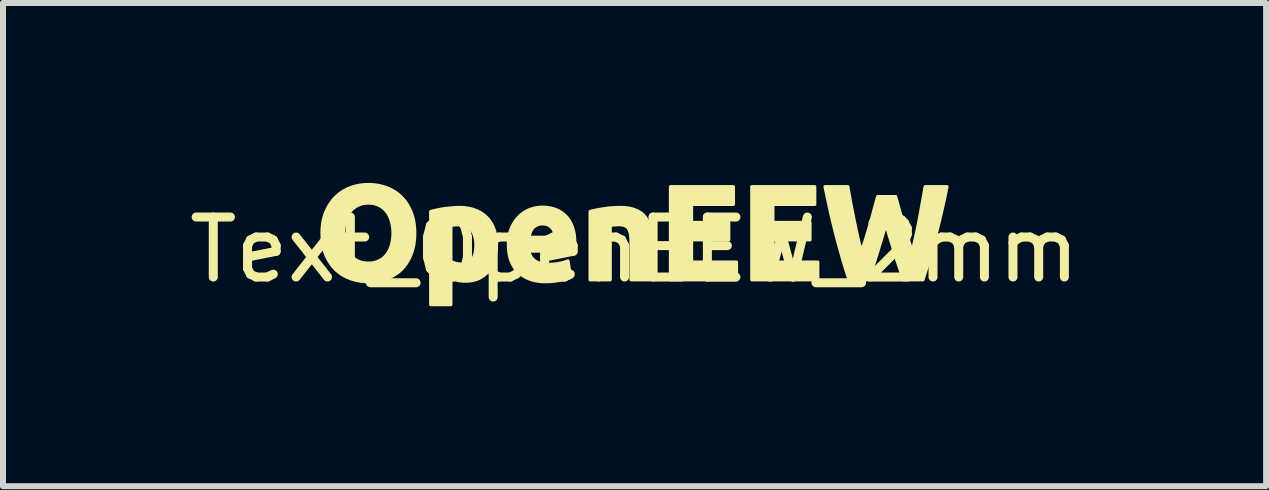
<source format=kicad_pcb>
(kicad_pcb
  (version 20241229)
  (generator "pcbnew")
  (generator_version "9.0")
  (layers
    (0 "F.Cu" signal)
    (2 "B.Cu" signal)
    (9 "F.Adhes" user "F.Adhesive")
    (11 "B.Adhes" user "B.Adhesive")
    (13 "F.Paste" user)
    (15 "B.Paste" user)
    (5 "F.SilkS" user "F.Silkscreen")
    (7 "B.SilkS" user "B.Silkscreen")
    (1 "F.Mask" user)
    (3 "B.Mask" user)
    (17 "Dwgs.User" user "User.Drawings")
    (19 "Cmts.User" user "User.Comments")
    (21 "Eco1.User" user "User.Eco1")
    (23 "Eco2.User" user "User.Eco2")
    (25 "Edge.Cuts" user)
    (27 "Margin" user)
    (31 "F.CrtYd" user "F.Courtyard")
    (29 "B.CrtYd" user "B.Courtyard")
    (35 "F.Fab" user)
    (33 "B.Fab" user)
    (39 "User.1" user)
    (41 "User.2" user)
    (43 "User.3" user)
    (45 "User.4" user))
  (footprint "Text_OpenEEW_2mm"
    (layer "F.Cu")
    (at 7.53 1.114)
    (property "Reference" "Text_OpenEEW_2mm" (at 0 0 0) (layer "F.SilkS") (effects (font (size 1 1) (thickness 0.15))))
    (attr through_hole)
    (fp_poly (pts (xy 0.6 0.5) (xy 0.6 -1.05) (xy 1.647 -1.05) (xy 1.647 -0.757) (xy 0.949 -0.757) (xy 0.949 -0.453) (xy 1.569 -0.453) (xy 1.569 -0.167) (xy 0.949 -0.167) (xy 0.949 0.207) (xy 1.698 0.207) (xy 1.698 0.5) (xy 0.6 0.5)) (stroke (width 0.056) (type solid)) (fill yes) (layer "F.SilkS"))
    (fp_poly (pts (xy 1.956 0.5) (xy 1.956 -1.05) (xy 3.003 -1.05) (xy 3.003 -0.757) (xy 2.305 -0.757) (xy 2.305 -0.453) (xy 2.924 -0.453) (xy 2.924 -0.167) (xy 2.305 -0.167) (xy 2.305 0.207) (xy 3.054 0.207) (xy 3.054 0.5) (xy 1.956 0.5)) (stroke (width 0.056) (type solid)) (fill yes) (layer "F.SilkS"))
    (fp_poly (pts (xy 4.352 -0.885) (xy 4.365 -0.837) (xy 4.38 -0.787) (xy 4.394 -0.733) (xy 4.41 -0.677) (xy 4.479 -0.44) (xy 4.555 -0.194) (xy 4.574 -0.133) (xy 4.593 -0.075) (xy 4.611 -0.019) (xy 4.629 0.035) (xy 4.644 -0.024) (xy 4.658 -0.084) (xy 4.673 -0.148) (xy 4.687 -0.214) (xy 4.703 -0.281) (xy 4.717 -0.35) (xy 4.732 -0.42) (xy 4.745 -0.491) (xy 4.772 -0.634) (xy 4.797 -0.775) (xy 4.823 -0.916) (xy 4.846 -1.05) (xy 5.208 -1.05) (xy 5.168 -0.855) (xy 5.124 -0.658) (xy 5.077 -0.46) (xy 5.027 -0.261) (xy 4.976 -0.063) (xy 4.922 0.13) (xy 4.866 0.317) (xy 4.808 0.5) (xy 4.488 0.5) (xy 4.449 0.391) (xy 4.411 0.28) (xy 4.373 0.167) (xy 4.336 0.05) (xy 4.263 -0.187) (xy 4.191 -0.424) (xy 4.047 0.05) (xy 4.011 0.167) (xy 3.974 0.28) (xy 3.936 0.391) (xy 3.898 0.5) (xy 3.578 0.5) (xy 3.519 0.317) (xy 3.463 0.13) (xy 3.409 -0.063) (xy 3.356 -0.261) (xy 3.307 -0.46) (xy 3.261 -0.658) (xy 3.218 -0.855) (xy 3.177 -1.05) (xy 3.555 -1.05) (xy 3.579 -0.916) (xy 3.604 -0.775) (xy 3.632 -0.634) (xy 3.66 -0.491) (xy 3.689 -0.35) (xy 3.719 -0.214) (xy 3.734 -0.148) (xy 3.75 -0.084) (xy 3.766 -0.024) (xy 3.781 0.035) (xy 3.801 -0.021) (xy 3.821 -0.078) (xy 3.84 -0.137) (xy 3.86 -0.198) (xy 3.897 -0.321) (xy 3.933 -0.444) (xy 3.951 -0.505) (xy 3.967 -0.565) (xy 3.983 -0.624) (xy 3.998 -0.681) (xy 4.054 -0.885) (xy 4.352 -0.885)) (stroke (width 0.056) (type solid)) (fill yes) (layer "F.SilkS"))
    (fp_poly (pts (xy -0.74 -0.636) (xy -0.718 -0.643) (xy -0.694 -0.648) (xy -0.669 -0.654) (xy -0.643 -0.66) (xy -0.615 -0.665) (xy -0.585 -0.671) (xy -0.554 -0.676) (xy -0.521 -0.681) (xy -0.487 -0.686) (xy -0.453 -0.691) (xy -0.418 -0.695) (xy -0.383 -0.698) (xy -0.348 -0.7) (xy -0.312 -0.702) (xy -0.276 -0.703) (xy -0.239 -0.704) (xy -0.202 -0.703) (xy -0.167 -0.701) (xy -0.134 -0.698) (xy -0.118 -0.696) (xy -0.102 -0.694) (xy -0.087 -0.691) (xy -0.072 -0.688) (xy -0.057 -0.685) (xy -0.043 -0.681) (xy -0.029 -0.677) (xy -0.016 -0.673) (xy -0.003 -0.668) (xy 0.009 -0.663) (xy 0.022 -0.658) (xy 0.034 -0.653) (xy 0.046 -0.648) (xy 0.057 -0.642) (xy 0.068 -0.636) (xy 0.079 -0.63) (xy 0.089 -0.624) (xy 0.099 -0.617) (xy 0.109 -0.61) (xy 0.119 -0.603) (xy 0.128 -0.595) (xy 0.136 -0.587) (xy 0.145 -0.579) (xy 0.153 -0.571) (xy 0.161 -0.563) (xy 0.168 -0.554) (xy 0.175 -0.545) (xy 0.182 -0.535) (xy 0.189 -0.526) (xy 0.195 -0.516) (xy 0.201 -0.506) (xy 0.207 -0.496) (xy 0.213 -0.486) (xy 0.218 -0.475) (xy 0.223 -0.465) (xy 0.228 -0.454) (xy 0.232 -0.443) (xy 0.237 -0.431) (xy 0.241 -0.42) (xy 0.244 -0.408) (xy 0.248 -0.396) (xy 0.251 -0.384) (xy 0.257 -0.359) (xy 0.262 -0.333) (xy 0.266 -0.307) (xy 0.269 -0.28) (xy 0.272 -0.252) (xy 0.274 -0.223) (xy 0.275 -0.194) (xy 0.276 -0.164) (xy 0.276 0.5) (xy -0.058 0.5) (xy -0.058 -0.124) (xy -0.058 -0.163) (xy -0.059 -0.181) (xy -0.06 -0.199) (xy -0.062 -0.216) (xy -0.064 -0.232) (xy -0.066 -0.247) (xy -0.068 -0.262) (xy -0.071 -0.276) (xy -0.074 -0.289) (xy -0.078 -0.301) (xy -0.082 -0.313) (xy -0.086 -0.324) (xy -0.09 -0.334) (xy -0.095 -0.344) (xy -0.1 -0.352) (xy -0.103 -0.356) (xy -0.106 -0.36) (xy -0.109 -0.364) (xy -0.112 -0.368) (xy -0.115 -0.372) (xy -0.119 -0.375) (xy -0.122 -0.379) (xy -0.126 -0.382) (xy -0.13 -0.385) (xy -0.134 -0.388) (xy -0.138 -0.391) (xy -0.142 -0.393) (xy -0.147 -0.396) (xy -0.152 -0.398) (xy -0.156 -0.401) (xy -0.161 -0.403) (xy -0.166 -0.405) (xy -0.171 -0.407) (xy -0.177 -0.408) (xy -0.182 -0.41) (xy -0.194 -0.413) (xy -0.206 -0.415) (xy -0.218 -0.417) (xy -0.231 -0.418) (xy -0.245 -0.419) (xy -0.259 -0.419) (xy -0.268 -0.419) (xy -0.277 -0.419) (xy -0.287 -0.419) (xy -0.296 -0.418) (xy -0.306 -0.418) (xy -0.315 -0.417) (xy -0.325 -0.416) (xy -0.335 -0.415) (xy -0.355 -0.414) (xy -0.373 -0.412) (xy -0.39 -0.41) (xy -0.399 -0.409) (xy -0.407 -0.408) (xy -0.407 0.5) (xy -0.74 0.5) (xy -0.74 -0.636)) (stroke (width 0.056) (type solid)) (fill yes) (layer "F.SilkS"))
    (fp_poly (pts (xy -2.917 -0.704) (xy -2.932 -0.704) (xy -2.947 -0.703) (xy -2.963 -0.703) (xy -2.979 -0.702) (xy -2.995 -0.701) (xy -3.011 -0.7) (xy -3.028 -0.698) (xy -3.044 -0.697) (xy -3.077 -0.694) (xy -3.109 -0.691) (xy -3.142 -0.688) (xy -3.174 -0.683) (xy -3.19 -0.681) (xy -3.205 -0.679) (xy -3.236 -0.673) (xy -3.265 -0.667) (xy -3.295 -0.661) (xy -3.309 -0.658) (xy -3.323 -0.655) (xy -3.337 -0.652) (xy -3.35 -0.649) (xy -3.362 -0.646) (xy -3.375 -0.643) (xy -3.386 -0.64) (xy -3.398 -0.636) (xy -3.398 0.914) (xy -3.064 0.914) (xy -3.064 0.471) (xy -3.05 0.477) (xy -3.036 0.482) (xy -3.022 0.488) (xy -3.007 0.493) (xy -2.993 0.497) (xy -2.978 0.502) (xy -2.963 0.505) (xy -2.948 0.509) (xy -2.933 0.512) (xy -2.917 0.515) (xy -2.902 0.517) (xy -2.885 0.519) (xy -2.869 0.52) (xy -2.852 0.522) (xy -2.836 0.522) (xy -2.818 0.522) (xy -2.803 0.522) (xy -2.787 0.522) (xy -2.772 0.521) (xy -2.758 0.52) (xy -2.743 0.518) (xy -2.728 0.516) (xy -2.714 0.514) (xy -2.7 0.511) (xy -2.687 0.508) (xy -2.673 0.505) (xy -2.66 0.501) (xy -2.647 0.497) (xy -2.634 0.493) (xy -2.621 0.488) (xy -2.609 0.483) (xy -2.597 0.478) (xy -2.585 0.472) (xy -2.573 0.466) (xy -2.562 0.46) (xy -2.551 0.453) (xy -2.54 0.446) (xy -2.529 0.439) (xy -2.519 0.432) (xy -2.508 0.424) (xy -2.499 0.416) (xy -2.489 0.408) (xy -2.479 0.399) (xy -2.47 0.39) (xy -2.461 0.381) (xy -2.452 0.372) (xy -2.444 0.362) (xy -2.436 0.352) (xy -2.428 0.342) (xy -2.42 0.332) (xy -2.413 0.321) (xy -2.405 0.31) (xy -2.398 0.299) (xy -2.392 0.288) (xy -2.385 0.276) (xy -2.379 0.264) (xy -2.373 0.252) (xy -2.367 0.239) (xy -2.361 0.227) (xy -2.356 0.214) (xy -2.351 0.201) (xy -2.346 0.187) (xy -2.342 0.174) (xy -2.337 0.16) (xy -2.329 0.132) (xy -2.323 0.103) (xy -2.317 0.073) (xy -2.312 0.042) (xy -2.308 0.011) (xy -2.306 -0.022) (xy -2.304 -0.055) (xy -2.304 -0.088) (xy -2.644 -0.079) (xy -2.645 -0.041) (xy -2.647 -0.004) (xy -2.652 0.029) (xy -2.659 0.061) (xy -2.667 0.089) (xy -2.672 0.103) (xy -2.677 0.116) (xy -2.683 0.128) (xy -2.689 0.139) (xy -2.696 0.15) (xy -2.703 0.161) (xy -2.711 0.17) (xy -2.719 0.179) (xy -2.727 0.188) (xy -2.736 0.196) (xy -2.746 0.203) (xy -2.756 0.209) (xy -2.766 0.215) (xy -2.777 0.221) (xy -2.789 0.225) (xy -2.8 0.229) (xy -2.813 0.233) (xy -2.825 0.236) (xy -2.839 0.238) (xy -2.852 0.239) (xy -2.866 0.24) (xy -2.881 0.241) (xy -2.894 0.24) (xy -2.907 0.24) (xy -2.92 0.239) (xy -2.932 0.237) (xy -2.945 0.235) (xy -2.958 0.233) (xy -2.971 0.23) (xy -2.984 0.227) (xy -2.996 0.224) (xy -3.007 0.22) (xy -3.018 0.216) (xy -3.029 0.212) (xy -3.038 0.208) (xy -3.048 0.203) (xy -3.056 0.198) (xy -3.064 0.193) (xy -3.064 -0.408) (xy -3.058 -0.409) (xy -3.051 -0.41) (xy -3.044 -0.411) (xy -3.036 -0.412) (xy -3.028 -0.413) (xy -3.02 -0.414) (xy -3.011 -0.414) (xy -3.002 -0.415) (xy -2.992 -0.416) (xy -2.982 -0.417) (xy -2.972 -0.418) (xy -2.962 -0.418) (xy -2.952 -0.419) (xy -2.941 -0.419) (xy -2.93 -0.419) (xy -2.919 -0.42) (xy -2.902 -0.419) (xy -2.886 -0.418) (xy -2.87 -0.416) (xy -2.855 -0.414) (xy -2.84 -0.41) (xy -2.826 -0.406) (xy -2.812 -0.401) (xy -2.799 -0.396) (xy -2.787 -0.39) (xy -2.775 -0.383) (xy -2.763 -0.375) (xy -2.752 -0.367) (xy -2.742 -0.357) (xy -2.732 -0.347) (xy -2.722 -0.337) (xy -2.713 -0.325) (xy -2.705 -0.314) (xy -2.697 -0.302) (xy -2.69 -0.289) (xy -2.683 -0.276) (xy -2.677 -0.262) (xy -2.671 -0.248) (xy -2.666 -0.233) (xy -2.661 -0.218) (xy -2.657 -0.202) (xy -2.654 -0.186) (xy -2.651 -0.17) (xy -2.648 -0.153) (xy -2.646 -0.135) (xy -2.645 -0.117) (xy -2.644 -0.098) (xy -2.644 -0.079) (xy -2.304 -0.088) (xy -2.304 -0.123) (xy -2.306 -0.157) (xy -2.31 -0.19) (xy -2.312 -0.207) (xy -2.314 -0.223) (xy -2.317 -0.238) (xy -2.32 -0.254) (xy -2.324 -0.269) (xy -2.328 -0.285) (xy -2.332 -0.3) (xy -2.336 -0.314) (xy -2.341 -0.329) (xy -2.346 -0.343) (xy -2.352 -0.358) (xy -2.357 -0.371) (xy -2.363 -0.385) (xy -2.369 -0.398) (xy -2.375 -0.411) (xy -2.382 -0.424) (xy -2.389 -0.436) (xy -2.396 -0.449) (xy -2.404 -0.46) (xy -2.412 -0.472) (xy -2.42 -0.483) (xy -2.428 -0.494) (xy -2.437 -0.505) (xy -2.446 -0.516) (xy -2.455 -0.526) (xy -2.465 -0.536) (xy -2.475 -0.546) (xy -2.485 -0.555) (xy -2.496 -0.565) (xy -2.506 -0.574) (xy -2.517 -0.582) (xy -2.529 -0.591) (xy -2.54 -0.599) (xy -2.552 -0.607) (xy -2.564 -0.614) (xy -2.577 -0.622) (xy -2.589 -0.629) (xy -2.602 -0.635) (xy -2.616 -0.642) (xy -2.629 -0.648) (xy -2.643 -0.653) (xy -2.657 -0.659) (xy -2.672 -0.664) (xy -2.686 -0.669) (xy -2.701 -0.674) (xy -2.716 -0.678) (xy -2.732 -0.682) (xy -2.747 -0.686) (xy -2.763 -0.689) (xy -2.779 -0.692) (xy -2.795 -0.695) (xy -2.812 -0.697) (xy -2.829 -0.699) (xy -2.846 -0.701) (xy -2.863 -0.702) (xy -2.881 -0.703) (xy -2.899 -0.703) (xy -2.917 -0.704)) (stroke (width 0.056) (type solid)) (fill yes) (layer "F.SilkS"))
    (fp_poly (pts (xy -1.539 -0.708) (xy -1.552 -0.708) (xy -1.566 -0.707) (xy -1.579 -0.707) (xy -1.592 -0.706) (xy -1.605 -0.704) (xy -1.619 -0.702) (xy -1.632 -0.7) (xy -1.645 -0.698) (xy -1.658 -0.695) (xy -1.671 -0.692) (xy -1.684 -0.689) (xy -1.697 -0.685) (xy -1.71 -0.681) (xy -1.723 -0.677) (xy -1.736 -0.673) (xy -1.749 -0.668) (xy -1.761 -0.663) (xy -1.774 -0.657) (xy -1.786 -0.651) (xy -1.798 -0.645) (xy -1.81 -0.639) (xy -1.821 -0.632) (xy -1.833 -0.625) (xy -1.844 -0.618) (xy -1.855 -0.61) (xy -1.866 -0.603) (xy -1.877 -0.594) (xy -1.887 -0.586) (xy -1.898 -0.577) (xy -1.908 -0.568) (xy -1.918 -0.559) (xy -1.928 -0.549) (xy -1.938 -0.539) (xy -1.947 -0.529) (xy -1.956 -0.518) (xy -1.965 -0.508) (xy -1.974 -0.496) (xy -1.983 -0.485) (xy -1.991 -0.473) (xy -1.999 -0.461) (xy -2.007 -0.448) (xy -2.014 -0.436) (xy -2.022 -0.423) (xy -2.029 -0.409) (xy -2.036 -0.395) (xy -2.043 -0.381) (xy -2.049 -0.367) (xy -2.056 -0.352) (xy -2.061 -0.338) (xy -2.067 -0.323) (xy -2.071 -0.307) (xy -2.076 -0.292) (xy -2.08 -0.276) (xy -2.084 -0.259) (xy -2.088 -0.243) (xy -2.091 -0.226) (xy -2.093 -0.209) (xy -2.096 -0.191) (xy -2.098 -0.173) (xy -2.099 -0.155) (xy -2.101 -0.137) (xy -2.102 -0.118) (xy -2.102 -0.099) (xy -2.102 -0.079) (xy -2.102 -0.047) (xy -2.1 -0.016) (xy -2.097 0.015) (xy -2.093 0.046) (xy -2.088 0.076) (xy -2.082 0.105) (xy -2.075 0.134) (xy -2.067 0.162) (xy -2.062 0.176) (xy -2.057 0.19) (xy -2.051 0.203) (xy -2.045 0.216) (xy -2.039 0.229) (xy -2.033 0.242) (xy -2.026 0.254) (xy -2.019 0.267) (xy -2.012 0.279) (xy -2.004 0.291) (xy -1.996 0.302) (xy -1.988 0.314) (xy -1.98 0.325) (xy -1.971 0.336) (xy -1.962 0.346) (xy -1.953 0.357) (xy -1.943 0.367) (xy -1.932 0.376) (xy -1.922 0.386) (xy -1.911 0.395) (xy -1.9 0.404) (xy -1.888 0.412) (xy -1.877 0.421) (xy -1.865 0.429) (xy -1.852 0.437) (xy -1.84 0.444) (xy -1.827 0.452) (xy -1.814 0.459) (xy -1.8 0.466) (xy -1.786 0.472) (xy -1.772 0.478) (xy -1.758 0.484) (xy -1.743 0.49) (xy -1.728 0.495) (xy -1.712 0.5) (xy -1.696 0.505) (xy -1.68 0.509) (xy -1.663 0.513) (xy -1.646 0.516) (xy -1.629 0.52) (xy -1.612 0.522) (xy -1.594 0.525) (xy -1.576 0.527) (xy -1.557 0.528) (xy -1.539 0.53) (xy -1.52 0.531) (xy -1.5 0.531) (xy -1.481 0.531) (xy -1.465 0.531) (xy -1.449 0.531) (xy -1.434 0.53) (xy -1.418 0.53) (xy -1.402 0.529) (xy -1.387 0.528) (xy -1.371 0.526) (xy -1.355 0.525) (xy -1.34 0.523) (xy -1.325 0.521) (xy -1.31 0.519) (xy -1.295 0.517) (xy -1.28 0.514) (xy -1.266 0.512) (xy -1.252 0.509) (xy -1.239 0.507) (xy -1.225 0.504) (xy -1.212 0.502) (xy -1.199 0.499) (xy -1.186 0.497) (xy -1.173 0.494) (xy -1.161 0.491) (xy -1.15 0.488) (xy -1.138 0.484) (xy -1.127 0.481) (xy -1.117 0.478) (xy -1.107 0.474) (xy -1.098 0.471) (xy -1.089 0.468) (xy -1.081 0.464) (xy -1.074 0.461) (xy -1.067 0.457) (xy -1.111 0.187) (xy -1.126 0.193) (xy -1.141 0.199) (xy -1.158 0.204) (xy -1.176 0.21) (xy -1.194 0.215) (xy -1.214 0.22) (xy -1.235 0.225) (xy -1.257 0.229) (xy -1.279 0.233) (xy -1.301 0.236) (xy -1.323 0.239) (xy -1.345 0.241) (xy -1.368 0.243) (xy -1.39 0.244) (xy -1.413 0.245) (xy -1.436 0.245) (xy -1.453 0.245) (xy -1.471 0.244) (xy -1.487 0.243) (xy -1.504 0.241) (xy -1.52 0.239) (xy -1.535 0.236) (xy -1.55 0.233) (xy -1.564 0.23) (xy -1.578 0.226) (xy -1.592 0.221) (xy -1.605 0.216) (xy -1.618 0.211) (xy -1.63 0.205) (xy -1.642 0.199) (xy -1.653 0.192) (xy -1.664 0.185) (xy -1.674 0.177) (xy -1.684 0.169) (xy -1.693 0.16) (xy -1.702 0.152) (xy -1.71 0.143) (xy -1.717 0.133) (xy -1.724 0.124) (xy -1.731 0.114) (xy -1.736 0.103) (xy -1.741 0.092) (xy -1.746 0.081) (xy -1.75 0.07) (xy -1.753 0.058) (xy -1.756 0.046) (xy -1.759 0.034) (xy -1.76 0.021) (xy -1.004 0.021) (xy -1.319 -0.207) (xy -1.76 -0.207) (xy -1.758 -0.217) (xy -1.756 -0.228) (xy -1.754 -0.238) (xy -1.752 -0.249) (xy -1.749 -0.259) (xy -1.746 -0.269) (xy -1.743 -0.28) (xy -1.74 -0.29) (xy -1.738 -0.295) (xy -1.736 -0.3) (xy -1.734 -0.305) (xy -1.732 -0.31) (xy -1.729 -0.315) (xy -1.727 -0.32) (xy -1.724 -0.325) (xy -1.722 -0.329) (xy -1.719 -0.334) (xy -1.716 -0.338) (xy -1.713 -0.343) (xy -1.71 -0.347) (xy -1.707 -0.351) (xy -1.704 -0.355) (xy -1.701 -0.36) (xy -1.697 -0.363) (xy -1.694 -0.367) (xy -1.691 -0.371) (xy -1.687 -0.375) (xy -1.683 -0.378) (xy -1.679 -0.382) (xy -1.675 -0.385) (xy -1.671 -0.388) (xy -1.667 -0.391) (xy -1.663 -0.395) (xy -1.659 -0.397) (xy -1.654 -0.4) (xy -1.65 -0.403) (xy -1.645 -0.406) (xy -1.64 -0.408) (xy -1.635 -0.41) (xy -1.63 -0.413) (xy -1.625 -0.415) (xy -1.62 -0.418) (xy -1.615 -0.42) (xy -1.609 -0.422) (xy -1.604 -0.423) (xy -1.598 -0.425) (xy -1.592 -0.427) (xy -1.586 -0.428) (xy -1.58 -0.429) (xy -1.574 -0.43) (xy -1.568 -0.431) (xy -1.561 -0.432) (xy -1.555 -0.432) (xy -1.548 -0.433) (xy -1.541 -0.433) (xy -1.534 -0.433) (xy -1.527 -0.433) (xy -1.52 -0.433) (xy -1.513 -0.432) (xy -1.506 -0.432) (xy -1.5 -0.431) (xy -1.493 -0.43) (xy -1.487 -0.429) (xy -1.481 -0.428) (xy -1.475 -0.427) (xy -1.469 -0.425) (xy -1.464 -0.423) (xy -1.458 -0.422) (xy -1.453 -0.42) (xy -1.448 -0.418) (xy -1.443 -0.415) (xy -1.438 -0.413) (xy -1.433 -0.41) (xy -1.428 -0.408) (xy -1.424 -0.405) (xy -1.419 -0.402) (xy -1.414 -0.399) (xy -1.41 -0.396) (xy -1.406 -0.393) (xy -1.402 -0.39) (xy -1.398 -0.387) (xy -1.394 -0.383) (xy -1.39 -0.38) (xy -1.386 -0.376) (xy -1.383 -0.373) (xy -1.38 -0.369) (xy -1.376 -0.365) (xy -1.373 -0.361) (xy -1.37 -0.357) (xy -1.367 -0.353) (xy -1.364 -0.349) (xy -1.361 -0.345) (xy -1.358 -0.341) (xy -1.355 -0.337) (xy -1.353 -0.332) (xy -1.35 -0.328) (xy -1.348 -0.323) (xy -1.346 -0.319) (xy -1.344 -0.314) (xy -1.342 -0.309) (xy -1.34 -0.304) (xy -1.338 -0.3) (xy -1.337 -0.295) (xy -1.335 -0.29) (xy -1.332 -0.28) (xy -1.329 -0.269) (xy -1.327 -0.259) (xy -1.324 -0.249) (xy -1.323 -0.238) (xy -1.321 -0.228) (xy -1.32 -0.217) (xy -1.319 -0.207) (xy -1.004 0.021) (xy -1.002 -0.007) (xy -1 -0.039) (xy -0.999 -0.057) (xy -0.998 -0.073) (xy -0.997 -0.089) (xy -0.997 -0.104) (xy -0.998 -0.141) (xy -1 -0.176) (xy -1.002 -0.211) (xy -1.006 -0.244) (xy -1.011 -0.276) (xy -1.018 -0.307) (xy -1.025 -0.337) (xy -1.034 -0.365) (xy -1.043 -0.393) (xy -1.054 -0.419) (xy -1.066 -0.444) (xy -1.079 -0.469) (xy -1.093 -0.492) (xy -1.109 -0.513) (xy -1.125 -0.534) (xy -1.143 -0.554) (xy -1.161 -0.572) (xy -1.181 -0.59) (xy -1.201 -0.606) (xy -1.222 -0.621) (xy -1.244 -0.635) (xy -1.267 -0.648) (xy -1.29 -0.659) (xy -1.314 -0.669) (xy -1.34 -0.678) (xy -1.366 -0.686) (xy -1.392 -0.693) (xy -1.42 -0.698) (xy -1.448 -0.703) (xy -1.478 -0.706) (xy -1.508 -0.707) (xy -1.539 -0.708)) (stroke (width 0.056) (type solid)) (fill yes) (layer "F.SilkS"))
    (fp_poly (pts (xy -4.438 -1.086) (xy -4.457 -1.086) (xy -4.476 -1.085) (xy -4.495 -1.084) (xy -4.514 -1.083) (xy -4.533 -1.081) (xy -4.552 -1.079) (xy -4.57 -1.076) (xy -4.589 -1.073) (xy -4.607 -1.07) (xy -4.626 -1.066) (xy -4.644 -1.062) (xy -4.662 -1.057) (xy -4.68 -1.052) (xy -4.698 -1.047) (xy -4.716 -1.041) (xy -4.733 -1.035) (xy -4.75 -1.028) (xy -4.767 -1.021) (xy -4.784 -1.014) (xy -4.801 -1.006) (xy -4.817 -0.997) (xy -4.833 -0.989) (xy -4.849 -0.98) (xy -4.864 -0.97) (xy -4.879 -0.961) (xy -4.894 -0.95) (xy -4.909 -0.94) (xy -4.924 -0.929) (xy -4.938 -0.917) (xy -4.952 -0.905) (xy -4.966 -0.893) (xy -4.979 -0.88) (xy -4.992 -0.867) (xy -5.005 -0.854) (xy -5.017 -0.84) (xy -5.029 -0.826) (xy -5.041 -0.811) (xy -5.052 -0.796) (xy -5.063 -0.781) (xy -5.074 -0.765) (xy -5.084 -0.749) (xy -5.094 -0.732) (xy -5.104 -0.716) (xy -5.113 -0.698) (xy -5.122 -0.681) (xy -5.131 -0.663) (xy -5.139 -0.644) (xy -5.147 -0.625) (xy -5.155 -0.606) (xy -5.162 -0.587) (xy -5.168 -0.567) (xy -5.175 -0.547) (xy -5.18 -0.527) (xy -5.185 -0.506) (xy -5.19 -0.485) (xy -5.194 -0.463) (xy -5.198 -0.441) (xy -5.201 -0.419) (xy -5.204 -0.396) (xy -5.206 -0.373) (xy -5.208 -0.349) (xy -5.209 -0.325) (xy -5.21 -0.301) (xy -5.21 -0.276) (xy -5.209 -0.227) (xy -5.206 -0.18) (xy -5.204 -0.156) (xy -5.201 -0.134) (xy -5.198 -0.111) (xy -5.195 -0.089) (xy -5.191 -0.067) (xy -5.186 -0.046) (xy -5.181 -0.025) (xy -5.176 -0.004) (xy -5.17 0.016) (xy -5.164 0.036) (xy -5.157 0.056) (xy -5.149 0.075) (xy -5.142 0.093) (xy -5.134 0.112) (xy -5.125 0.129) (xy -5.116 0.147) (xy -5.107 0.164) (xy -5.098 0.181) (xy -5.088 0.197) (xy -5.078 0.213) (xy -5.067 0.229) (xy -5.056 0.244) (xy -5.045 0.259) (xy -5.034 0.273) (xy -5.022 0.287) (xy -5.009 0.301) (xy -4.997 0.315) (xy -4.984 0.328) (xy -4.971 0.34) (xy -4.957 0.352) (xy -4.943 0.364) (xy -4.929 0.375) (xy -4.915 0.386) (xy -4.9 0.396) (xy -4.885 0.406) (xy -4.87 0.416) (xy -4.854 0.425) (xy -4.838 0.434) (xy -4.822 0.443) (xy -4.806 0.451) (xy -4.789 0.459) (xy -4.772 0.466) (xy -4.755 0.473) (xy -4.738 0.48) (xy -4.72 0.486) (xy -4.702 0.492) (xy -4.684 0.497) (xy -4.666 0.502) (xy -4.648 0.507) (xy -4.63 0.511) (xy -4.611 0.515) (xy -4.592 0.518) (xy -4.574 0.521) (xy -4.555 0.524) (xy -4.536 0.526) (xy -4.516 0.528) (xy -4.497 0.53) (xy -4.477 0.531) (xy -4.458 0.531) (xy -4.438 0.531) (xy -4.398 0.531) (xy -4.358 0.528) (xy -4.319 0.524) (xy -4.299 0.521) (xy -4.28 0.518) (xy -4.261 0.515) (xy -4.243 0.511) (xy -4.224 0.507) (xy -4.206 0.502) (xy -4.187 0.497) (xy -4.169 0.492) (xy -4.151 0.486) (xy -4.134 0.48) (xy -4.116 0.473) (xy -4.099 0.466) (xy -4.081 0.459) (xy -4.065 0.451) (xy -4.048 0.443) (xy -4.032 0.434) (xy -4.016 0.425) (xy -4.001 0.416) (xy -3.985 0.406) (xy -3.97 0.396) (xy -3.956 0.386) (xy -3.942 0.375) (xy -3.928 0.364) (xy -3.914 0.352) (xy -3.901 0.34) (xy -3.888 0.328) (xy -3.875 0.315) (xy -3.863 0.301) (xy -3.851 0.287) (xy -3.839 0.273) (xy -3.828 0.259) (xy -3.817 0.244) (xy -3.806 0.229) (xy -3.796 0.213) (xy -3.786 0.197) (xy -3.777 0.181) (xy -3.767 0.164) (xy -3.758 0.147) (xy -3.75 0.129) (xy -3.742 0.112) (xy -3.734 0.093) (xy -3.727 0.075) (xy -3.719 0.056) (xy -3.712 0.036) (xy -3.706 0.016) (xy -3.7 -0.004) (xy -3.695 -0.025) (xy -3.69 -0.046) (xy -3.685 -0.067) (xy -3.681 -0.089) (xy -3.678 -0.111) (xy -3.675 -0.134) (xy -3.672 -0.156) (xy -3.67 -0.18) (xy -3.668 -0.203) (xy -3.667 -0.227) (xy -3.666 -0.252) (xy -3.666 -0.276) (xy -4.026 -0.276) (xy -4.027 -0.248) (xy -4.028 -0.221) (xy -4.03 -0.194) (xy -4.034 -0.168) (xy -4.038 -0.142) (xy -4.043 -0.118) (xy -4.049 -0.094) (xy -4.055 -0.07) (xy -4.059 -0.059) (xy -4.063 -0.048) (xy -4.066 -0.037) (xy -4.071 -0.026) (xy -4.075 -0.016) (xy -4.079 -0.005) (xy -4.084 0.005) (xy -4.089 0.015) (xy -4.094 0.025) (xy -4.1 0.035) (xy -4.105 0.044) (xy -4.111 0.053) (xy -4.117 0.062) (xy -4.123 0.071) (xy -4.129 0.08) (xy -4.136 0.088) (xy -4.143 0.096) (xy -4.149 0.104) (xy -4.156 0.112) (xy -4.163 0.119) (xy -4.171 0.126) (xy -4.178 0.133) (xy -4.186 0.14) (xy -4.194 0.146) (xy -4.202 0.152) (xy -4.211 0.158) (xy -4.219 0.164) (xy -4.228 0.169) (xy -4.237 0.175) (xy -4.247 0.18) (xy -4.256 0.184) (xy -4.266 0.189) (xy -4.275 0.193) (xy -4.285 0.197) (xy -4.295 0.201) (xy -4.305 0.205) (xy -4.315 0.208) (xy -4.326 0.211) (xy -4.336 0.213) (xy -4.347 0.216) (xy -4.358 0.218) (xy -4.369 0.22) (xy -4.38 0.221) (xy -4.391 0.223) (xy -4.403 0.224) (xy -4.414 0.224) (xy -4.426 0.225) (xy -4.438 0.225) (xy -4.45 0.225) (xy -4.462 0.224) (xy -4.474 0.224) (xy -4.486 0.223) (xy -4.497 0.221) (xy -4.509 0.22) (xy -4.52 0.218) (xy -4.531 0.216) (xy -4.542 0.213) (xy -4.552 0.211) (xy -4.563 0.208) (xy -4.573 0.205) (xy -4.583 0.201) (xy -4.593 0.197) (xy -4.603 0.193) (xy -4.613 0.189) (xy -4.622 0.184) (xy -4.631 0.18) (xy -4.64 0.175) (xy -4.649 0.169) (xy -4.658 0.164) (xy -4.666 0.158) (xy -4.675 0.152) (xy -4.683 0.146) (xy -4.691 0.14) (xy -4.699 0.133) (xy -4.707 0.126) (xy -4.714 0.119) (xy -4.721 0.112) (xy -4.728 0.104) (xy -4.735 0.096) (xy -4.742 0.088) (xy -4.749 0.08) (xy -4.755 0.071) (xy -4.761 0.062) (xy -4.767 0.053) (xy -4.772 0.044) (xy -4.778 0.035) (xy -4.783 0.025) (xy -4.788 0.015) (xy -4.793 0.005) (xy -4.798 -0.005) (xy -4.802 -0.016) (xy -4.807 -0.026) (xy -4.811 -0.037) (xy -4.815 -0.048) (xy -4.819 -0.059) (xy -4.823 -0.07) (xy -4.829 -0.094) (xy -4.835 -0.118) (xy -4.839 -0.142) (xy -4.843 -0.168) (xy -4.846 -0.194) (xy -4.848 -0.221) (xy -4.849 -0.248) (xy -4.85 -0.276) (xy -4.849 -0.304) (xy -4.848 -0.331) (xy -4.846 -0.357) (xy -4.843 -0.383) (xy -4.839 -0.408) (xy -4.835 -0.433) (xy -4.829 -0.457) (xy -4.823 -0.48) (xy -4.819 -0.491) (xy -4.815 -0.503) (xy -4.811 -0.514) (xy -4.807 -0.525) (xy -4.802 -0.536) (xy -4.798 -0.546) (xy -4.793 -0.557) (xy -4.788 -0.567) (xy -4.783 -0.576) (xy -4.778 -0.586) (xy -4.772 -0.595) (xy -4.767 -0.604) (xy -4.761 -0.613) (xy -4.755 -0.622) (xy -4.749 -0.63) (xy -4.742 -0.639) (xy -4.735 -0.647) (xy -4.728 -0.655) (xy -4.721 -0.663) (xy -4.714 -0.67) (xy -4.707 -0.678) (xy -4.699 -0.685) (xy -4.691 -0.691) (xy -4.683 -0.698) (xy -4.675 -0.704) (xy -4.666 -0.71) (xy -4.658 -0.716) (xy -4.649 -0.722) (xy -4.64 -0.727) (xy -4.631 -0.732) (xy -4.622 -0.737) (xy -4.613 -0.742) (xy -4.603 -0.746) (xy -4.593 -0.751) (xy -4.583 -0.755) (xy -4.573 -0.758) (xy -4.563 -0.762) (xy -4.552 -0.765) (xy -4.542 -0.768) (xy -4.531 -0.77) (xy -4.52 -0.772) (xy -4.509 -0.774) (xy -4.497 -0.776) (xy -4.486 -0.777) (xy -4.474 -0.778) (xy -4.462 -0.779) (xy -4.45 -0.78) (xy -4.438 -0.78) (xy -4.426 -0.78) (xy -4.414 -0.779) (xy -4.403 -0.778) (xy -4.391 -0.777) (xy -4.38 -0.776) (xy -4.369 -0.775) (xy -4.358 -0.773) (xy -4.347 -0.771) (xy -4.336 -0.768) (xy -4.326 -0.766) (xy -4.315 -0.763) (xy -4.305 -0.759) (xy -4.295 -0.756) (xy -4.285 -0.752) (xy -4.275 -0.748) (xy -4.266 -0.744) (xy -4.256 -0.739) (xy -4.247 -0.734) (xy -4.237 -0.729) (xy -4.228 -0.724) (xy -4.219 -0.718) (xy -4.211 -0.713) (xy -4.202 -0.707) (xy -4.194 -0.7) (xy -4.186 -0.694) (xy -4.178 -0.687) (xy -4.171 -0.68) (xy -4.163 -0.673) (xy -4.156 -0.665) (xy -4.149 -0.657) (xy -4.143 -0.649) (xy -4.136 -0.641) (xy -4.129 -0.633) (xy -4.123 -0.624) (xy -4.117 -0.616) (xy -4.111 -0.607) (xy -4.105 -0.598) (xy -4.1 -0.588) (xy -4.094 -0.579) (xy -4.089 -0.569) (xy -4.084 -0.559) (xy -4.079 -0.549) (xy -4.075 -0.538) (xy -4.071 -0.527) (xy -4.066 -0.516) (xy -4.063 -0.505) (xy -4.059 -0.494) (xy -4.055 -0.482) (xy -4.052 -0.471) (xy -4.049 -0.459) (xy -4.046 -0.447) (xy -4.043 -0.435) (xy -4.038 -0.41) (xy -4.034 -0.385) (xy -4.03 -0.359) (xy -4.028 -0.332) (xy -4.027 -0.304) (xy -4.026 -0.276) (xy -3.666 -0.276) (xy -3.667 -0.325) (xy -3.67 -0.373) (xy -3.672 -0.396) (xy -3.675 -0.419) (xy -3.678 -0.441) (xy -3.681 -0.463) (xy -3.685 -0.485) (xy -3.69 -0.506) (xy -3.695 -0.527) (xy -3.7 -0.547) (xy -3.706 -0.567) (xy -3.712 -0.587) (xy -3.719 -0.606) (xy -3.727 -0.625) (xy -3.734 -0.644) (xy -3.742 -0.663) (xy -3.751 -0.681) (xy -3.76 -0.698) (xy -3.769 -0.716) (xy -3.778 -0.732) (xy -3.788 -0.749) (xy -3.798 -0.765) (xy -3.809 -0.781) (xy -3.82 -0.796) (xy -3.831 -0.811) (xy -3.842 -0.826) (xy -3.854 -0.84) (xy -3.867 -0.854) (xy -3.879 -0.867) (xy -3.892 -0.88) (xy -3.905 -0.893) (xy -3.919 -0.905) (xy -3.933 -0.917) (xy -3.947 -0.929) (xy -3.961 -0.94) (xy -3.976 -0.95) (xy -3.991 -0.961) (xy -4.006 -0.97) (xy -4.022 -0.98) (xy -4.038 -0.989) (xy -4.054 -0.997) (xy -4.07 -1.006) (xy -4.087 -1.014) (xy -4.104 -1.021) (xy -4.121 -1.028) (xy -4.138 -1.035) (xy -4.156 -1.041) (xy -4.174 -1.047) (xy -4.192 -1.052) (xy -4.21 -1.057) (xy -4.228 -1.062) (xy -4.246 -1.066) (xy -4.265 -1.07) (xy -4.284 -1.073) (xy -4.302 -1.076) (xy -4.321 -1.079) (xy -4.34 -1.081) (xy -4.36 -1.083) (xy -4.379 -1.084) (xy -4.399 -1.085) (xy -4.418 -1.086) (xy -4.438 -1.086)) (stroke (width 0.056) (type solid)) (fill yes) (layer "F.SilkS")))
  (gr_rect
    (start -3 -3)
    (end 18.06 5.056)
    (stroke (width 0.1) (type default))
    (fill no)
    (layer "Edge.Cuts")))
</source>
